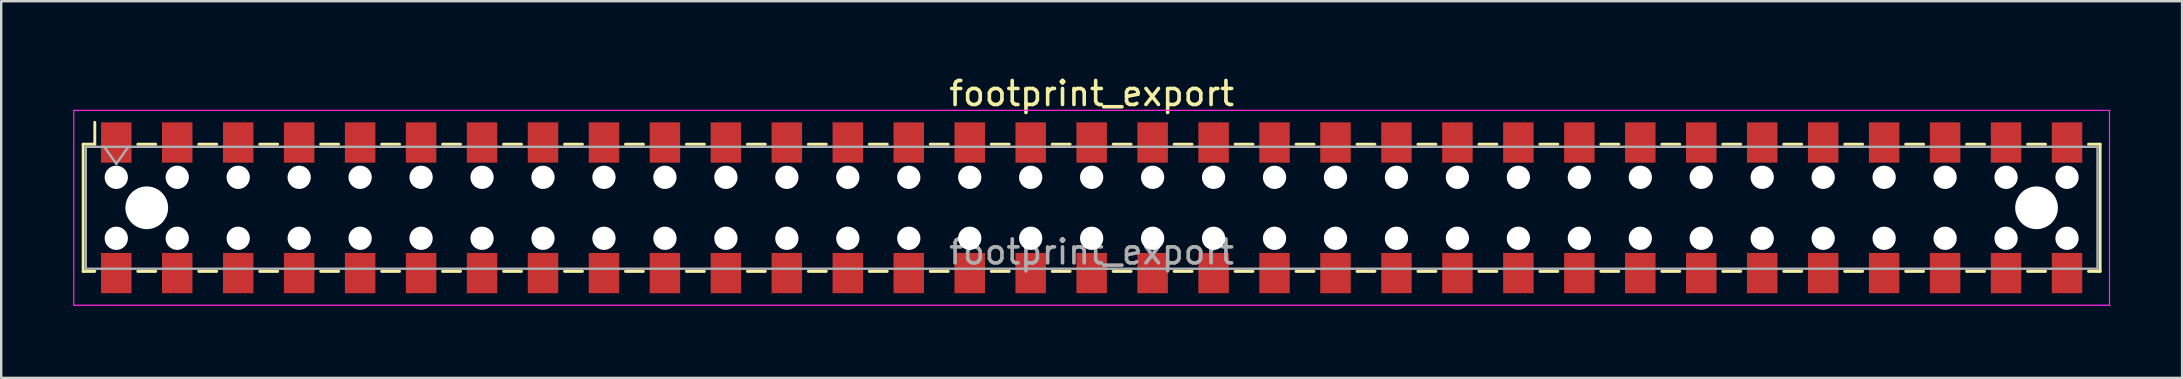
<source format=kicad_pcb>
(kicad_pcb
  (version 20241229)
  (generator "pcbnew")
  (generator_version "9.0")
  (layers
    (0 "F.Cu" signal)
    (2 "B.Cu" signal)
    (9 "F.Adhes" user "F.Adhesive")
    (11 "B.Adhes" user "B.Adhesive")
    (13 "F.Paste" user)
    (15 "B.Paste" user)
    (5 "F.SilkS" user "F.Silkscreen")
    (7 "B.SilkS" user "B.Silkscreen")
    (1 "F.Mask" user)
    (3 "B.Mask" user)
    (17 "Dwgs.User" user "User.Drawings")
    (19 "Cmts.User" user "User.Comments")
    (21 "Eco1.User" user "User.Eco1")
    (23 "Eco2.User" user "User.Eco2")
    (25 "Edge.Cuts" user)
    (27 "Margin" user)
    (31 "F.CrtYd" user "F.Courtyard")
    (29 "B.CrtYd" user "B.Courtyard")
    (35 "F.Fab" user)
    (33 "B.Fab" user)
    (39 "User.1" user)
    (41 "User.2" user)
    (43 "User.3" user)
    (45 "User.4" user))
  (footprint "footprint_export"
    (layer "F.Cu")
    (at 42.435 5.608)
    (property "Reference" "footprint_export" (at 0 -4.76 0) (layer "F.SilkS") (effects (font (size 1 1) (thickness 0.15))))
    (attr smd)
    (fp_line (start -42.02 -2.65) (end -42.02 2.65) (stroke (width 0.12) (type solid)) (layer "F.SilkS"))
    (fp_line (start -42.02 2.65) (end -41.535 2.65) (stroke (width 0.12) (type solid)) (layer "F.SilkS"))
    (fp_line (start -41.535 -3.56) (end -41.535 -2.65) (stroke (width 0.12) (type solid)) (layer "F.SilkS"))
    (fp_line (start -41.535 -2.65) (end -42.02 -2.65) (stroke (width 0.12) (type solid)) (layer "F.SilkS"))
    (fp_line (start -39.745 -2.65) (end -38.995 -2.65) (stroke (width 0.12) (type solid)) (layer "F.SilkS"))
    (fp_line (start -39.745 2.65) (end -38.995 2.65) (stroke (width 0.12) (type solid)) (layer "F.SilkS"))
    (fp_line (start -37.205 -2.65) (end -36.455 -2.65) (stroke (width 0.12) (type solid)) (layer "F.SilkS"))
    (fp_line (start -37.205 2.65) (end -36.455 2.65) (stroke (width 0.12) (type solid)) (layer "F.SilkS"))
    (fp_line (start -34.665 -2.65) (end -33.915 -2.65) (stroke (width 0.12) (type solid)) (layer "F.SilkS"))
    (fp_line (start -34.665 2.65) (end -33.915 2.65) (stroke (width 0.12) (type solid)) (layer "F.SilkS"))
    (fp_line (start -32.125 -2.65) (end -31.375 -2.65) (stroke (width 0.12) (type solid)) (layer "F.SilkS"))
    (fp_line (start -32.125 2.65) (end -31.375 2.65) (stroke (width 0.12) (type solid)) (layer "F.SilkS"))
    (fp_line (start -29.585 -2.65) (end -28.835 -2.65) (stroke (width 0.12) (type solid)) (layer "F.SilkS"))
    (fp_line (start -29.585 2.65) (end -28.835 2.65) (stroke (width 0.12) (type solid)) (layer "F.SilkS"))
    (fp_line (start -27.045 -2.65) (end -26.295 -2.65) (stroke (width 0.12) (type solid)) (layer "F.SilkS"))
    (fp_line (start -27.045 2.65) (end -26.295 2.65) (stroke (width 0.12) (type solid)) (layer "F.SilkS"))
    (fp_line (start -24.505 -2.65) (end -23.755 -2.65) (stroke (width 0.12) (type solid)) (layer "F.SilkS"))
    (fp_line (start -24.505 2.65) (end -23.755 2.65) (stroke (width 0.12) (type solid)) (layer "F.SilkS"))
    (fp_line (start -21.965 -2.65) (end -21.215 -2.65) (stroke (width 0.12) (type solid)) (layer "F.SilkS"))
    (fp_line (start -21.965 2.65) (end -21.215 2.65) (stroke (width 0.12) (type solid)) (layer "F.SilkS"))
    (fp_line (start -19.425 -2.65) (end -18.675 -2.65) (stroke (width 0.12) (type solid)) (layer "F.SilkS"))
    (fp_line (start -19.425 2.65) (end -18.675 2.65) (stroke (width 0.12) (type solid)) (layer "F.SilkS"))
    (fp_line (start -16.885 -2.65) (end -16.135 -2.65) (stroke (width 0.12) (type solid)) (layer "F.SilkS"))
    (fp_line (start -16.885 2.65) (end -16.135 2.65) (stroke (width 0.12) (type solid)) (layer "F.SilkS"))
    (fp_line (start -14.345 -2.65) (end -13.595 -2.65) (stroke (width 0.12) (type solid)) (layer "F.SilkS"))
    (fp_line (start -14.345 2.65) (end -13.595 2.65) (stroke (width 0.12) (type solid)) (layer "F.SilkS"))
    (fp_line (start -11.805 -2.65) (end -11.055 -2.65) (stroke (width 0.12) (type solid)) (layer "F.SilkS"))
    (fp_line (start -11.805 2.65) (end -11.055 2.65) (stroke (width 0.12) (type solid)) (layer "F.SilkS"))
    (fp_line (start -9.265 -2.65) (end -8.515 -2.65) (stroke (width 0.12) (type solid)) (layer "F.SilkS"))
    (fp_line (start -9.265 2.65) (end -8.515 2.65) (stroke (width 0.12) (type solid)) (layer "F.SilkS"))
    (fp_line (start -6.725 -2.65) (end -5.975 -2.65) (stroke (width 0.12) (type solid)) (layer "F.SilkS"))
    (fp_line (start -6.725 2.65) (end -5.975 2.65) (stroke (width 0.12) (type solid)) (layer "F.SilkS"))
    (fp_line (start -4.185 -2.65) (end -3.435 -2.65) (stroke (width 0.12) (type solid)) (layer "F.SilkS"))
    (fp_line (start -4.185 2.65) (end -3.435 2.65) (stroke (width 0.12) (type solid)) (layer "F.SilkS"))
    (fp_line (start -1.645 -2.65) (end -0.895 -2.65) (stroke (width 0.12) (type solid)) (layer "F.SilkS"))
    (fp_line (start -1.645 2.65) (end -0.895 2.65) (stroke (width 0.12) (type solid)) (layer "F.SilkS"))
    (fp_line (start 0.895 -2.65) (end 1.645 -2.65) (stroke (width 0.12) (type solid)) (layer "F.SilkS"))
    (fp_line (start 0.895 2.65) (end 1.645 2.65) (stroke (width 0.12) (type solid)) (layer "F.SilkS"))
    (fp_line (start 3.435 -2.65) (end 4.185 -2.65) (stroke (width 0.12) (type solid)) (layer "F.SilkS"))
    (fp_line (start 3.435 2.65) (end 4.185 2.65) (stroke (width 0.12) (type solid)) (layer "F.SilkS"))
    (fp_line (start 5.975 -2.65) (end 6.725 -2.65) (stroke (width 0.12) (type solid)) (layer "F.SilkS"))
    (fp_line (start 5.975 2.65) (end 6.725 2.65) (stroke (width 0.12) (type solid)) (layer "F.SilkS"))
    (fp_line (start 8.515 -2.65) (end 9.265 -2.65) (stroke (width 0.12) (type solid)) (layer "F.SilkS"))
    (fp_line (start 8.515 2.65) (end 9.265 2.65) (stroke (width 0.12) (type solid)) (layer "F.SilkS"))
    (fp_line (start 11.055 -2.65) (end 11.805 -2.65) (stroke (width 0.12) (type solid)) (layer "F.SilkS"))
    (fp_line (start 11.055 2.65) (end 11.805 2.65) (stroke (width 0.12) (type solid)) (layer "F.SilkS"))
    (fp_line (start 13.595 -2.65) (end 14.345 -2.65) (stroke (width 0.12) (type solid)) (layer "F.SilkS"))
    (fp_line (start 13.595 2.65) (end 14.345 2.65) (stroke (width 0.12) (type solid)) (layer "F.SilkS"))
    (fp_line (start 16.135 -2.65) (end 16.885 -2.65) (stroke (width 0.12) (type solid)) (layer "F.SilkS"))
    (fp_line (start 16.135 2.65) (end 16.885 2.65) (stroke (width 0.12) (type solid)) (layer "F.SilkS"))
    (fp_line (start 18.675 -2.65) (end 19.425 -2.65) (stroke (width 0.12) (type solid)) (layer "F.SilkS"))
    (fp_line (start 18.675 2.65) (end 19.425 2.65) (stroke (width 0.12) (type solid)) (layer "F.SilkS"))
    (fp_line (start 21.215 -2.65) (end 21.965 -2.65) (stroke (width 0.12) (type solid)) (layer "F.SilkS"))
    (fp_line (start 21.215 2.65) (end 21.965 2.65) (stroke (width 0.12) (type solid)) (layer "F.SilkS"))
    (fp_line (start 23.755 -2.65) (end 24.505 -2.65) (stroke (width 0.12) (type solid)) (layer "F.SilkS"))
    (fp_line (start 23.755 2.65) (end 24.505 2.65) (stroke (width 0.12) (type solid)) (layer "F.SilkS"))
    (fp_line (start 26.295 -2.65) (end 27.045 -2.65) (stroke (width 0.12) (type solid)) (layer "F.SilkS"))
    (fp_line (start 26.295 2.65) (end 27.045 2.65) (stroke (width 0.12) (type solid)) (layer "F.SilkS"))
    (fp_line (start 28.835 -2.65) (end 29.585 -2.65) (stroke (width 0.12) (type solid)) (layer "F.SilkS"))
    (fp_line (start 28.835 2.65) (end 29.585 2.65) (stroke (width 0.12) (type solid)) (layer "F.SilkS"))
    (fp_line (start 31.375 -2.65) (end 32.125 -2.65) (stroke (width 0.12) (type solid)) (layer "F.SilkS"))
    (fp_line (start 31.375 2.65) (end 32.125 2.65) (stroke (width 0.12) (type solid)) (layer "F.SilkS"))
    (fp_line (start 33.915 -2.65) (end 34.665 -2.65) (stroke (width 0.12) (type solid)) (layer "F.SilkS"))
    (fp_line (start 33.915 2.65) (end 34.665 2.65) (stroke (width 0.12) (type solid)) (layer "F.SilkS"))
    (fp_line (start 36.455 -2.65) (end 37.205 -2.65) (stroke (width 0.12) (type solid)) (layer "F.SilkS"))
    (fp_line (start 36.455 2.65) (end 37.205 2.65) (stroke (width 0.12) (type solid)) (layer "F.SilkS"))
    (fp_line (start 38.995 -2.65) (end 39.745 -2.65) (stroke (width 0.12) (type solid)) (layer "F.SilkS"))
    (fp_line (start 38.995 2.65) (end 39.745 2.65) (stroke (width 0.12) (type solid)) (layer "F.SilkS"))
    (fp_line (start 41.535 -2.65) (end 42.02 -2.65) (stroke (width 0.12) (type solid)) (layer "F.SilkS"))
    (fp_line (start 42.02 -2.65) (end 42.02 2.65) (stroke (width 0.12) (type solid)) (layer "F.SilkS"))
    (fp_line (start 42.02 2.65) (end 41.535 2.65) (stroke (width 0.12) (type solid)) (layer "F.SilkS"))
    (fp_line (start -42.41 -4.06) (end 42.41 -4.06) (stroke (width 0.05) (type solid)) (layer "F.CrtYd"))
    (fp_line (start -42.41 4.06) (end -42.41 -4.06) (stroke (width 0.05) (type solid)) (layer "F.CrtYd"))
    (fp_line (start 42.41 -4.06) (end 42.41 4.06) (stroke (width 0.05) (type solid)) (layer "F.CrtYd"))
    (fp_line (start 42.41 4.06) (end -42.41 4.06) (stroke (width 0.05) (type solid)) (layer "F.CrtYd"))
    (fp_line (start -41.91 -2.54) (end 41.91 -2.54) (stroke (width 0.1) (type solid)) (layer "F.Fab"))
    (fp_line (start -41.91 2.54) (end -41.91 -2.54) (stroke (width 0.1) (type solid)) (layer "F.Fab"))
    (fp_line (start -41.14 -2.54) (end -40.64 -1.833) (stroke (width 0.1) (type solid)) (layer "F.Fab"))
    (fp_line (start -40.64 -1.833) (end -40.14 -2.54) (stroke (width 0.1) (type solid)) (layer "F.Fab"))
    (fp_line (start 41.91 -2.54) (end 41.91 2.54) (stroke (width 0.1) (type solid)) (layer "F.Fab"))
    (fp_line (start 41.91 2.54) (end -41.91 2.54) (stroke (width 0.1) (type solid)) (layer "F.Fab"))
    (fp_text user "${REFERENCE}" (at 0 1.84 0) (layer "F.Fab") (effects (font (size 1 1) (thickness 0.15))))
    (pad "" np_thru_hole circle (at -40.64 -1.27) (size 0.97 0.97) (drill 0.97) (layers "*.Cu" "*.Mask"))
    (pad "" np_thru_hole circle (at -40.64 1.27) (size 0.97 0.97) (drill 0.97) (layers "*.Cu" "*.Mask"))
    (pad "" np_thru_hole circle (at -39.37 0) (size 1.78 1.78) (drill 1.78) (layers "*.Cu" "*.Mask"))
    (pad "" np_thru_hole circle (at -38.1 -1.27) (size 0.97 0.97) (drill 0.97) (layers "*.Cu" "*.Mask"))
    (pad "" np_thru_hole circle (at -38.1 1.27) (size 0.97 0.97) (drill 0.97) (layers "*.Cu" "*.Mask"))
    (pad "" np_thru_hole circle (at -35.56 -1.27) (size 0.97 0.97) (drill 0.97) (layers "*.Cu" "*.Mask"))
    (pad "" np_thru_hole circle (at -35.56 1.27) (size 0.97 0.97) (drill 0.97) (layers "*.Cu" "*.Mask"))
    (pad "" np_thru_hole circle (at -33.02 -1.27) (size 0.97 0.97) (drill 0.97) (layers "*.Cu" "*.Mask"))
    (pad "" np_thru_hole circle (at -33.02 1.27) (size 0.97 0.97) (drill 0.97) (layers "*.Cu" "*.Mask"))
    (pad "" np_thru_hole circle (at -30.48 -1.27) (size 0.97 0.97) (drill 0.97) (layers "*.Cu" "*.Mask"))
    (pad "" np_thru_hole circle (at -30.48 1.27) (size 0.97 0.97) (drill 0.97) (layers "*.Cu" "*.Mask"))
    (pad "" np_thru_hole circle (at -27.94 -1.27) (size 0.97 0.97) (drill 0.97) (layers "*.Cu" "*.Mask"))
    (pad "" np_thru_hole circle (at -27.94 1.27) (size 0.97 0.97) (drill 0.97) (layers "*.Cu" "*.Mask"))
    (pad "" np_thru_hole circle (at -25.4 -1.27) (size 0.97 0.97) (drill 0.97) (layers "*.Cu" "*.Mask"))
    (pad "" np_thru_hole circle (at -25.4 1.27) (size 0.97 0.97) (drill 0.97) (layers "*.Cu" "*.Mask"))
    (pad "" np_thru_hole circle (at -22.86 -1.27) (size 0.97 0.97) (drill 0.97) (layers "*.Cu" "*.Mask"))
    (pad "" np_thru_hole circle (at -22.86 1.27) (size 0.97 0.97) (drill 0.97) (layers "*.Cu" "*.Mask"))
    (pad "" np_thru_hole circle (at -20.32 -1.27) (size 0.97 0.97) (drill 0.97) (layers "*.Cu" "*.Mask"))
    (pad "" np_thru_hole circle (at -20.32 1.27) (size 0.97 0.97) (drill 0.97) (layers "*.Cu" "*.Mask"))
    (pad "" np_thru_hole circle (at -17.78 -1.27) (size 0.97 0.97) (drill 0.97) (layers "*.Cu" "*.Mask"))
    (pad "" np_thru_hole circle (at -17.78 1.27) (size 0.97 0.97) (drill 0.97) (layers "*.Cu" "*.Mask"))
    (pad "" np_thru_hole circle (at -15.24 -1.27) (size 0.97 0.97) (drill 0.97) (layers "*.Cu" "*.Mask"))
    (pad "" np_thru_hole circle (at -15.24 1.27) (size 0.97 0.97) (drill 0.97) (layers "*.Cu" "*.Mask"))
    (pad "" np_thru_hole circle (at -12.7 -1.27) (size 0.97 0.97) (drill 0.97) (layers "*.Cu" "*.Mask"))
    (pad "" np_thru_hole circle (at -12.7 1.27) (size 0.97 0.97) (drill 0.97) (layers "*.Cu" "*.Mask"))
    (pad "" np_thru_hole circle (at -10.16 -1.27) (size 0.97 0.97) (drill 0.97) (layers "*.Cu" "*.Mask"))
    (pad "" np_thru_hole circle (at -10.16 1.27) (size 0.97 0.97) (drill 0.97) (layers "*.Cu" "*.Mask"))
    (pad "" np_thru_hole circle (at -7.62 -1.27) (size 0.97 0.97) (drill 0.97) (layers "*.Cu" "*.Mask"))
    (pad "" np_thru_hole circle (at -7.62 1.27) (size 0.97 0.97) (drill 0.97) (layers "*.Cu" "*.Mask"))
    (pad "" np_thru_hole circle (at -5.08 -1.27) (size 0.97 0.97) (drill 0.97) (layers "*.Cu" "*.Mask"))
    (pad "" np_thru_hole circle (at -5.08 1.27) (size 0.97 0.97) (drill 0.97) (layers "*.Cu" "*.Mask"))
    (pad "" np_thru_hole circle (at -2.54 -1.27) (size 0.97 0.97) (drill 0.97) (layers "*.Cu" "*.Mask"))
    (pad "" np_thru_hole circle (at -2.54 1.27) (size 0.97 0.97) (drill 0.97) (layers "*.Cu" "*.Mask"))
    (pad "" np_thru_hole circle (at 0 -1.27) (size 0.97 0.97) (drill 0.97) (layers "*.Cu" "*.Mask"))
    (pad "" np_thru_hole circle (at 0 1.27) (size 0.97 0.97) (drill 0.97) (layers "*.Cu" "*.Mask"))
    (pad "" np_thru_hole circle (at 2.54 -1.27) (size 0.97 0.97) (drill 0.97) (layers "*.Cu" "*.Mask"))
    (pad "" np_thru_hole circle (at 2.54 1.27) (size 0.97 0.97) (drill 0.97) (layers "*.Cu" "*.Mask"))
    (pad "" np_thru_hole circle (at 5.08 -1.27) (size 0.97 0.97) (drill 0.97) (layers "*.Cu" "*.Mask"))
    (pad "" np_thru_hole circle (at 5.08 1.27) (size 0.97 0.97) (drill 0.97) (layers "*.Cu" "*.Mask"))
    (pad "" np_thru_hole circle (at 7.62 -1.27) (size 0.97 0.97) (drill 0.97) (layers "*.Cu" "*.Mask"))
    (pad "" np_thru_hole circle (at 7.62 1.27) (size 0.97 0.97) (drill 0.97) (layers "*.Cu" "*.Mask"))
    (pad "" np_thru_hole circle (at 10.16 -1.27) (size 0.97 0.97) (drill 0.97) (layers "*.Cu" "*.Mask"))
    (pad "" np_thru_hole circle (at 10.16 1.27) (size 0.97 0.97) (drill 0.97) (layers "*.Cu" "*.Mask"))
    (pad "" np_thru_hole circle (at 12.7 -1.27) (size 0.97 0.97) (drill 0.97) (layers "*.Cu" "*.Mask"))
    (pad "" np_thru_hole circle (at 12.7 1.27) (size 0.97 0.97) (drill 0.97) (layers "*.Cu" "*.Mask"))
    (pad "" np_thru_hole circle (at 15.24 -1.27) (size 0.97 0.97) (drill 0.97) (layers "*.Cu" "*.Mask"))
    (pad "" np_thru_hole circle (at 15.24 1.27) (size 0.97 0.97) (drill 0.97) (layers "*.Cu" "*.Mask"))
    (pad "" np_thru_hole circle (at 17.78 -1.27) (size 0.97 0.97) (drill 0.97) (layers "*.Cu" "*.Mask"))
    (pad "" np_thru_hole circle (at 17.78 1.27) (size 0.97 0.97) (drill 0.97) (layers "*.Cu" "*.Mask"))
    (pad "" np_thru_hole circle (at 20.32 -1.27) (size 0.97 0.97) (drill 0.97) (layers "*.Cu" "*.Mask"))
    (pad "" np_thru_hole circle (at 20.32 1.27) (size 0.97 0.97) (drill 0.97) (layers "*.Cu" "*.Mask"))
    (pad "" np_thru_hole circle (at 22.86 -1.27) (size 0.97 0.97) (drill 0.97) (layers "*.Cu" "*.Mask"))
    (pad "" np_thru_hole circle (at 22.86 1.27) (size 0.97 0.97) (drill 0.97) (layers "*.Cu" "*.Mask"))
    (pad "" np_thru_hole circle (at 25.4 -1.27) (size 0.97 0.97) (drill 0.97) (layers "*.Cu" "*.Mask"))
    (pad "" np_thru_hole circle (at 25.4 1.27) (size 0.97 0.97) (drill 0.97) (layers "*.Cu" "*.Mask"))
    (pad "" np_thru_hole circle (at 27.94 -1.27) (size 0.97 0.97) (drill 0.97) (layers "*.Cu" "*.Mask"))
    (pad "" np_thru_hole circle (at 27.94 1.27) (size 0.97 0.97) (drill 0.97) (layers "*.Cu" "*.Mask"))
    (pad "" np_thru_hole circle (at 30.48 -1.27) (size 0.97 0.97) (drill 0.97) (layers "*.Cu" "*.Mask"))
    (pad "" np_thru_hole circle (at 30.48 1.27) (size 0.97 0.97) (drill 0.97) (layers "*.Cu" "*.Mask"))
    (pad "" np_thru_hole circle (at 33.02 -1.27) (size 0.97 0.97) (drill 0.97) (layers "*.Cu" "*.Mask"))
    (pad "" np_thru_hole circle (at 33.02 1.27) (size 0.97 0.97) (drill 0.97) (layers "*.Cu" "*.Mask"))
    (pad "" np_thru_hole circle (at 35.56 -1.27) (size 0.97 0.97) (drill 0.97) (layers "*.Cu" "*.Mask"))
    (pad "" np_thru_hole circle (at 35.56 1.27) (size 0.97 0.97) (drill 0.97) (layers "*.Cu" "*.Mask"))
    (pad "" np_thru_hole circle (at 38.1 -1.27) (size 0.97 0.97) (drill 0.97) (layers "*.Cu" "*.Mask"))
    (pad "" np_thru_hole circle (at 38.1 1.27) (size 0.97 0.97) (drill 0.97) (layers "*.Cu" "*.Mask"))
    (pad "" np_thru_hole circle (at 39.37 0) (size 1.78 1.78) (drill 1.78) (layers "*.Cu" "*.Mask"))
    (pad "" np_thru_hole circle (at 40.64 -1.27) (size 0.97 0.97) (drill 0.97) (layers "*.Cu" "*.Mask"))
    (pad "" np_thru_hole circle (at 40.64 1.27) (size 0.97 0.97) (drill 0.97) (layers "*.Cu" "*.Mask"))
    (pad "1" smd rect (at -40.64 -2.72) (size 1.27 1.68) (layers "F.Cu" "F.Mask" "F.Paste"))
    (pad "2" smd rect (at -40.64 2.72) (size 1.27 1.68) (layers "F.Cu" "F.Mask" "F.Paste"))
    (pad "3" smd rect (at -38.1 -2.72) (size 1.27 1.68) (layers "F.Cu" "F.Mask" "F.Paste"))
    (pad "4" smd rect (at -38.1 2.72) (size 1.27 1.68) (layers "F.Cu" "F.Mask" "F.Paste"))
    (pad "5" smd rect (at -35.56 -2.72) (size 1.27 1.68) (layers "F.Cu" "F.Mask" "F.Paste"))
    (pad "6" smd rect (at -35.56 2.72) (size 1.27 1.68) (layers "F.Cu" "F.Mask" "F.Paste"))
    (pad "7" smd rect (at -33.02 -2.72) (size 1.27 1.68) (layers "F.Cu" "F.Mask" "F.Paste"))
    (pad "8" smd rect (at -33.02 2.72) (size 1.27 1.68) (layers "F.Cu" "F.Mask" "F.Paste"))
    (pad "9" smd rect (at -30.48 -2.72) (size 1.27 1.68) (layers "F.Cu" "F.Mask" "F.Paste"))
    (pad "10" smd rect (at -30.48 2.72) (size 1.27 1.68) (layers "F.Cu" "F.Mask" "F.Paste"))
    (pad "11" smd rect (at -27.94 -2.72) (size 1.27 1.68) (layers "F.Cu" "F.Mask" "F.Paste"))
    (pad "12" smd rect (at -27.94 2.72) (size 1.27 1.68) (layers "F.Cu" "F.Mask" "F.Paste"))
    (pad "13" smd rect (at -25.4 -2.72) (size 1.27 1.68) (layers "F.Cu" "F.Mask" "F.Paste"))
    (pad "14" smd rect (at -25.4 2.72) (size 1.27 1.68) (layers "F.Cu" "F.Mask" "F.Paste"))
    (pad "15" smd rect (at -22.86 -2.72) (size 1.27 1.68) (layers "F.Cu" "F.Mask" "F.Paste"))
    (pad "16" smd rect (at -22.86 2.72) (size 1.27 1.68) (layers "F.Cu" "F.Mask" "F.Paste"))
    (pad "17" smd rect (at -20.32 -2.72) (size 1.27 1.68) (layers "F.Cu" "F.Mask" "F.Paste"))
    (pad "18" smd rect (at -20.32 2.72) (size 1.27 1.68) (layers "F.Cu" "F.Mask" "F.Paste"))
    (pad "19" smd rect (at -17.78 -2.72) (size 1.27 1.68) (layers "F.Cu" "F.Mask" "F.Paste"))
    (pad "20" smd rect (at -17.78 2.72) (size 1.27 1.68) (layers "F.Cu" "F.Mask" "F.Paste"))
    (pad "21" smd rect (at -15.24 -2.72) (size 1.27 1.68) (layers "F.Cu" "F.Mask" "F.Paste"))
    (pad "22" smd rect (at -15.24 2.72) (size 1.27 1.68) (layers "F.Cu" "F.Mask" "F.Paste"))
    (pad "23" smd rect (at -12.7 -2.72) (size 1.27 1.68) (layers "F.Cu" "F.Mask" "F.Paste"))
    (pad "24" smd rect (at -12.7 2.72) (size 1.27 1.68) (layers "F.Cu" "F.Mask" "F.Paste"))
    (pad "25" smd rect (at -10.16 -2.72) (size 1.27 1.68) (layers "F.Cu" "F.Mask" "F.Paste"))
    (pad "26" smd rect (at -10.16 2.72) (size 1.27 1.68) (layers "F.Cu" "F.Mask" "F.Paste"))
    (pad "27" smd rect (at -7.62 -2.72) (size 1.27 1.68) (layers "F.Cu" "F.Mask" "F.Paste"))
    (pad "28" smd rect (at -7.62 2.72) (size 1.27 1.68) (layers "F.Cu" "F.Mask" "F.Paste"))
    (pad "29" smd rect (at -5.08 -2.72) (size 1.27 1.68) (layers "F.Cu" "F.Mask" "F.Paste"))
    (pad "30" smd rect (at -5.08 2.72) (size 1.27 1.68) (layers "F.Cu" "F.Mask" "F.Paste"))
    (pad "31" smd rect (at -2.54 -2.72) (size 1.27 1.68) (layers "F.Cu" "F.Mask" "F.Paste"))
    (pad "32" smd rect (at -2.54 2.72) (size 1.27 1.68) (layers "F.Cu" "F.Mask" "F.Paste"))
    (pad "33" smd rect (at 0 -2.72) (size 1.27 1.68) (layers "F.Cu" "F.Mask" "F.Paste"))
    (pad "34" smd rect (at 0 2.72) (size 1.27 1.68) (layers "F.Cu" "F.Mask" "F.Paste"))
    (pad "35" smd rect (at 2.54 -2.72) (size 1.27 1.68) (layers "F.Cu" "F.Mask" "F.Paste"))
    (pad "36" smd rect (at 2.54 2.72) (size 1.27 1.68) (layers "F.Cu" "F.Mask" "F.Paste"))
    (pad "37" smd rect (at 5.08 -2.72) (size 1.27 1.68) (layers "F.Cu" "F.Mask" "F.Paste"))
    (pad "38" smd rect (at 5.08 2.72) (size 1.27 1.68) (layers "F.Cu" "F.Mask" "F.Paste"))
    (pad "39" smd rect (at 7.62 -2.72) (size 1.27 1.68) (layers "F.Cu" "F.Mask" "F.Paste"))
    (pad "40" smd rect (at 7.62 2.72) (size 1.27 1.68) (layers "F.Cu" "F.Mask" "F.Paste"))
    (pad "41" smd rect (at 10.16 -2.72) (size 1.27 1.68) (layers "F.Cu" "F.Mask" "F.Paste"))
    (pad "42" smd rect (at 10.16 2.72) (size 1.27 1.68) (layers "F.Cu" "F.Mask" "F.Paste"))
    (pad "43" smd rect (at 12.7 -2.72) (size 1.27 1.68) (layers "F.Cu" "F.Mask" "F.Paste"))
    (pad "44" smd rect (at 12.7 2.72) (size 1.27 1.68) (layers "F.Cu" "F.Mask" "F.Paste"))
    (pad "45" smd rect (at 15.24 -2.72) (size 1.27 1.68) (layers "F.Cu" "F.Mask" "F.Paste"))
    (pad "46" smd rect (at 15.24 2.72) (size 1.27 1.68) (layers "F.Cu" "F.Mask" "F.Paste"))
    (pad "47" smd rect (at 17.78 -2.72) (size 1.27 1.68) (layers "F.Cu" "F.Mask" "F.Paste"))
    (pad "48" smd rect (at 17.78 2.72) (size 1.27 1.68) (layers "F.Cu" "F.Mask" "F.Paste"))
    (pad "49" smd rect (at 20.32 -2.72) (size 1.27 1.68) (layers "F.Cu" "F.Mask" "F.Paste"))
    (pad "50" smd rect (at 20.32 2.72) (size 1.27 1.68) (layers "F.Cu" "F.Mask" "F.Paste"))
    (pad "51" smd rect (at 22.86 -2.72) (size 1.27 1.68) (layers "F.Cu" "F.Mask" "F.Paste"))
    (pad "52" smd rect (at 22.86 2.72) (size 1.27 1.68) (layers "F.Cu" "F.Mask" "F.Paste"))
    (pad "53" smd rect (at 25.4 -2.72) (size 1.27 1.68) (layers "F.Cu" "F.Mask" "F.Paste"))
    (pad "54" smd rect (at 25.4 2.72) (size 1.27 1.68) (layers "F.Cu" "F.Mask" "F.Paste"))
    (pad "55" smd rect (at 27.94 -2.72) (size 1.27 1.68) (layers "F.Cu" "F.Mask" "F.Paste"))
    (pad "56" smd rect (at 27.94 2.72) (size 1.27 1.68) (layers "F.Cu" "F.Mask" "F.Paste"))
    (pad "57" smd rect (at 30.48 -2.72) (size 1.27 1.68) (layers "F.Cu" "F.Mask" "F.Paste"))
    (pad "58" smd rect (at 30.48 2.72) (size 1.27 1.68) (layers "F.Cu" "F.Mask" "F.Paste"))
    (pad "59" smd rect (at 33.02 -2.72) (size 1.27 1.68) (layers "F.Cu" "F.Mask" "F.Paste"))
    (pad "60" smd rect (at 33.02 2.72) (size 1.27 1.68) (layers "F.Cu" "F.Mask" "F.Paste"))
    (pad "61" smd rect (at 35.56 -2.72) (size 1.27 1.68) (layers "F.Cu" "F.Mask" "F.Paste"))
    (pad "62" smd rect (at 35.56 2.72) (size 1.27 1.68) (layers "F.Cu" "F.Mask" "F.Paste"))
    (pad "63" smd rect (at 38.1 -2.72) (size 1.27 1.68) (layers "F.Cu" "F.Mask" "F.Paste"))
    (pad "64" smd rect (at 38.1 2.72) (size 1.27 1.68) (layers "F.Cu" "F.Mask" "F.Paste"))
    (pad "65" smd rect (at 40.64 -2.72) (size 1.27 1.68) (layers "F.Cu" "F.Mask" "F.Paste"))
    (pad "66" smd rect (at 40.64 2.72) (size 1.27 1.68) (layers "F.Cu" "F.Mask" "F.Paste")))
  (gr_rect
    (start -3 -3)
    (end 87.87 12.693)
    (stroke (width 0.1) (type default))
    (fill no)
    (layer "Edge.Cuts")))
</source>
